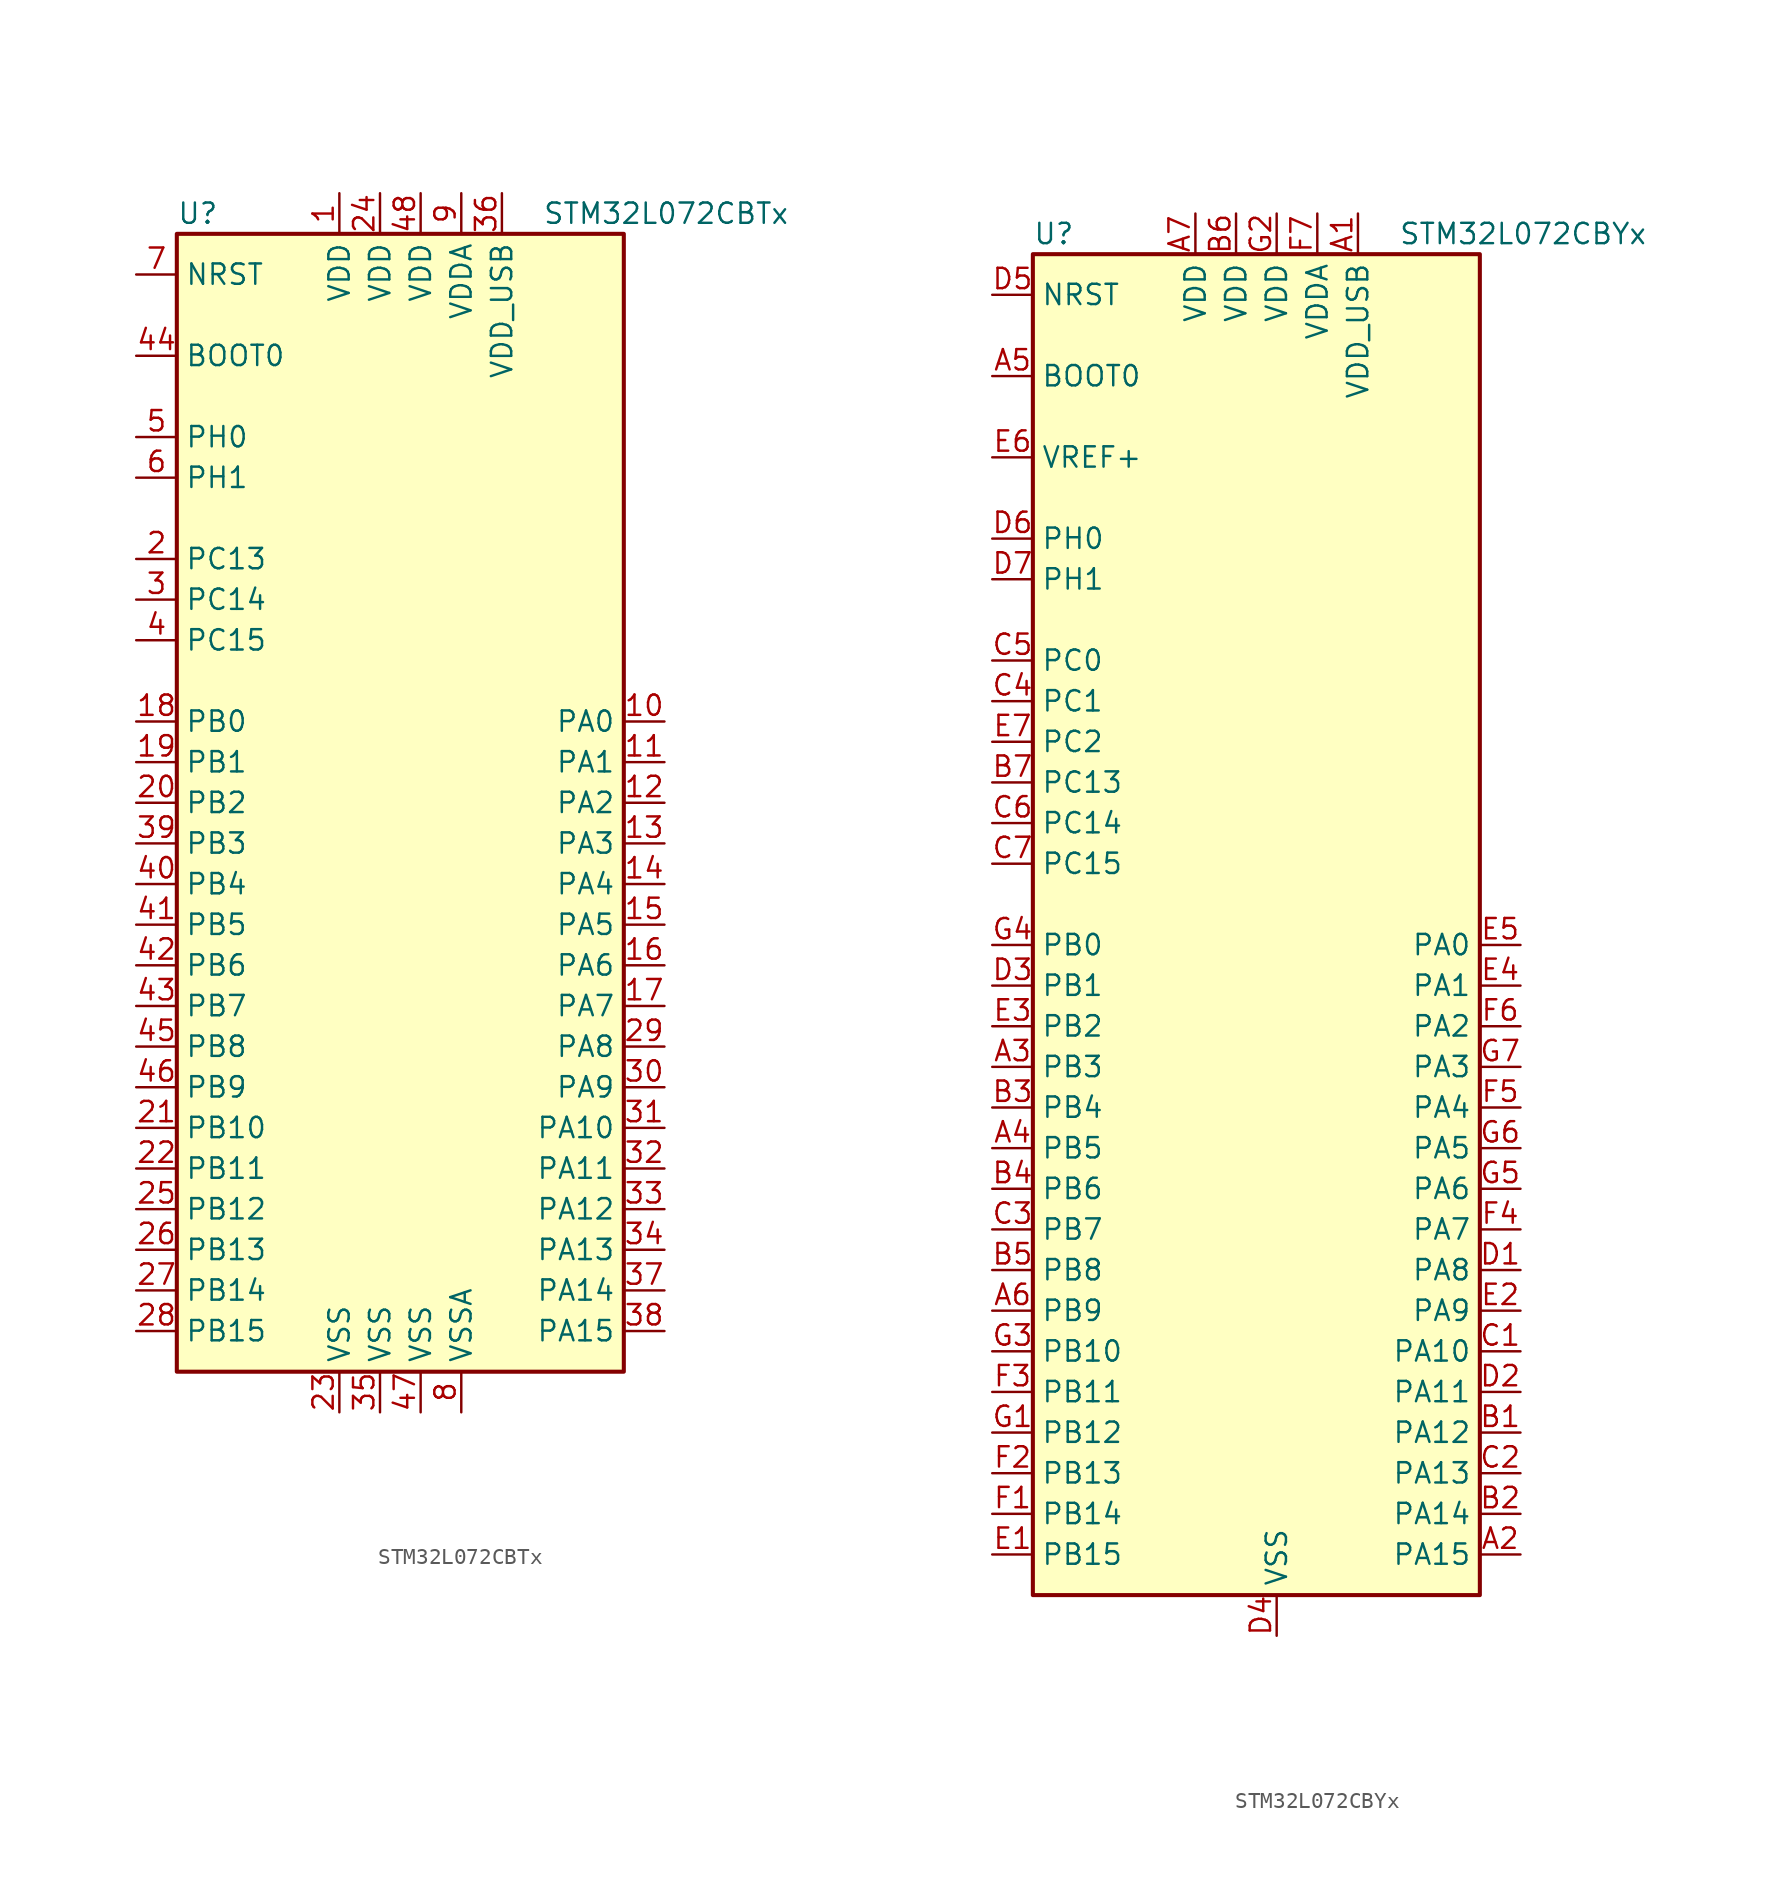
<source format=kicad_sym>
(kicad_symbol_lib
  (version 20201005)
  (generator kicad_symbol_editor)
  (symbol "STM32L072CBTx"
    (property "Reference" "U"
      (at -15.24 36.83 0)
      (effects (font (size 1.27 1.27)) (justify left)))
    (property "Value" "STM32L072CBTx"
      (at 7.62 36.83 0)
      (effects (font (size 1.27 1.27)) (justify left)))
    (symbol "STM32L072CBTx_0_1"
      (rectangle (start -15.24 -35.56) (end 12.7 35.56) (stroke (width 0.254)) (fill (type background))))
    (symbol "STM32L072CBTx_1_1"
      (pin input line (at -17.78 27.94 0) (length 2.54) (name "BOOT0" (effects (font (size 1.27 1.27)))) (number "44" (effects (font (size 1.27 1.27)))))
      (pin input line (at -17.78 33.02 0) (length 2.54) (name "NRST" (effects (font (size 1.27 1.27)))) (number "7" (effects (font (size 1.27 1.27)))))
      (pin bidirectional line (at 15.24 5.08 180) (length 2.54) (name "PA0" (effects (font (size 1.27 1.27)))) (number "10" (effects (font (size 1.27 1.27)))))
      (pin bidirectional line (at 15.24 2.54 180) (length 2.54) (name "PA1" (effects (font (size 1.27 1.27)))) (number "11" (effects (font (size 1.27 1.27)))))
      (pin bidirectional line (at 15.24 -20.32 180) (length 2.54) (name "PA10" (effects (font (size 1.27 1.27)))) (number "31" (effects (font (size 1.27 1.27)))))
      (pin bidirectional line (at 15.24 -22.86 180) (length 2.54) (name "PA11" (effects (font (size 1.27 1.27)))) (number "32" (effects (font (size 1.27 1.27)))))
      (pin bidirectional line (at 15.24 -25.4 180) (length 2.54) (name "PA12" (effects (font (size 1.27 1.27)))) (number "33" (effects (font (size 1.27 1.27)))))
      (pin bidirectional line (at 15.24 -27.94 180) (length 2.54) (name "PA13" (effects (font (size 1.27 1.27)))) (number "34" (effects (font (size 1.27 1.27)))))
      (pin bidirectional line (at 15.24 -30.48 180) (length 2.54) (name "PA14" (effects (font (size 1.27 1.27)))) (number "37" (effects (font (size 1.27 1.27)))))
      (pin bidirectional line (at 15.24 -33.02 180) (length 2.54) (name "PA15" (effects (font (size 1.27 1.27)))) (number "38" (effects (font (size 1.27 1.27)))))
      (pin bidirectional line (at 15.24 0 180) (length 2.54) (name "PA2" (effects (font (size 1.27 1.27)))) (number "12" (effects (font (size 1.27 1.27)))))
      (pin bidirectional line (at 15.24 -2.54 180) (length 2.54) (name "PA3" (effects (font (size 1.27 1.27)))) (number "13" (effects (font (size 1.27 1.27)))))
      (pin bidirectional line (at 15.24 -5.08 180) (length 2.54) (name "PA4" (effects (font (size 1.27 1.27)))) (number "14" (effects (font (size 1.27 1.27)))))
      (pin bidirectional line (at 15.24 -7.62 180) (length 2.54) (name "PA5" (effects (font (size 1.27 1.27)))) (number "15" (effects (font (size 1.27 1.27)))))
      (pin bidirectional line (at 15.24 -10.16 180) (length 2.54) (name "PA6" (effects (font (size 1.27 1.27)))) (number "16" (effects (font (size 1.27 1.27)))))
      (pin bidirectional line (at 15.24 -12.7 180) (length 2.54) (name "PA7" (effects (font (size 1.27 1.27)))) (number "17" (effects (font (size 1.27 1.27)))))
      (pin bidirectional line (at 15.24 -15.24 180) (length 2.54) (name "PA8" (effects (font (size 1.27 1.27)))) (number "29" (effects (font (size 1.27 1.27)))))
      (pin bidirectional line (at 15.24 -17.78 180) (length 2.54) (name "PA9" (effects (font (size 1.27 1.27)))) (number "30" (effects (font (size 1.27 1.27)))))
      (pin bidirectional line (at -17.78 5.08 0) (length 2.54) (name "PB0" (effects (font (size 1.27 1.27)))) (number "18" (effects (font (size 1.27 1.27)))))
      (pin bidirectional line (at -17.78 2.54 0) (length 2.54) (name "PB1" (effects (font (size 1.27 1.27)))) (number "19" (effects (font (size 1.27 1.27)))))
      (pin bidirectional line (at -17.78 -20.32 0) (length 2.54) (name "PB10" (effects (font (size 1.27 1.27)))) (number "21" (effects (font (size 1.27 1.27)))))
      (pin bidirectional line (at -17.78 -22.86 0) (length 2.54) (name "PB11" (effects (font (size 1.27 1.27)))) (number "22" (effects (font (size 1.27 1.27)))))
      (pin bidirectional line (at -17.78 -25.4 0) (length 2.54) (name "PB12" (effects (font (size 1.27 1.27)))) (number "25" (effects (font (size 1.27 1.27)))))
      (pin bidirectional line (at -17.78 -27.94 0) (length 2.54) (name "PB13" (effects (font (size 1.27 1.27)))) (number "26" (effects (font (size 1.27 1.27)))))
      (pin bidirectional line (at -17.78 -30.48 0) (length 2.54) (name "PB14" (effects (font (size 1.27 1.27)))) (number "27" (effects (font (size 1.27 1.27)))))
      (pin bidirectional line (at -17.78 -33.02 0) (length 2.54) (name "PB15" (effects (font (size 1.27 1.27)))) (number "28" (effects (font (size 1.27 1.27)))))
      (pin bidirectional line (at -17.78 0 0) (length 2.54) (name "PB2" (effects (font (size 1.27 1.27)))) (number "20" (effects (font (size 1.27 1.27)))))
      (pin bidirectional line (at -17.78 -2.54 0) (length 2.54) (name "PB3" (effects (font (size 1.27 1.27)))) (number "39" (effects (font (size 1.27 1.27)))))
      (pin bidirectional line (at -17.78 -5.08 0) (length 2.54) (name "PB4" (effects (font (size 1.27 1.27)))) (number "40" (effects (font (size 1.27 1.27)))))
      (pin bidirectional line (at -17.78 -7.62 0) (length 2.54) (name "PB5" (effects (font (size 1.27 1.27)))) (number "41" (effects (font (size 1.27 1.27)))))
      (pin bidirectional line (at -17.78 -10.16 0) (length 2.54) (name "PB6" (effects (font (size 1.27 1.27)))) (number "42" (effects (font (size 1.27 1.27)))))
      (pin bidirectional line (at -17.78 -12.7 0) (length 2.54) (name "PB7" (effects (font (size 1.27 1.27)))) (number "43" (effects (font (size 1.27 1.27)))))
      (pin bidirectional line (at -17.78 -15.24 0) (length 2.54) (name "PB8" (effects (font (size 1.27 1.27)))) (number "45" (effects (font (size 1.27 1.27)))))
      (pin bidirectional line (at -17.78 -17.78 0) (length 2.54) (name "PB9" (effects (font (size 1.27 1.27)))) (number "46" (effects (font (size 1.27 1.27)))))
      (pin bidirectional line (at -17.78 15.24 0) (length 2.54) (name "PC13" (effects (font (size 1.27 1.27)))) (number "2" (effects (font (size 1.27 1.27)))))
      (pin bidirectional line (at -17.78 12.7 0) (length 2.54) (name "PC14" (effects (font (size 1.27 1.27)))) (number "3" (effects (font (size 1.27 1.27)))))
      (pin bidirectional line (at -17.78 10.16 0) (length 2.54) (name "PC15" (effects (font (size 1.27 1.27)))) (number "4" (effects (font (size 1.27 1.27)))))
      (pin input line (at -17.78 22.86 0) (length 2.54) (name "PH0" (effects (font (size 1.27 1.27)))) (number "5" (effects (font (size 1.27 1.27)))))
      (pin input line (at -17.78 20.32 0) (length 2.54) (name "PH1" (effects (font (size 1.27 1.27)))) (number "6" (effects (font (size 1.27 1.27)))))
      (pin power_in line (at -5.08 38.1 270) (length 2.54) (name "VDD" (effects (font (size 1.27 1.27)))) (number "1" (effects (font (size 1.27 1.27)))))
      (pin power_in line (at -2.54 38.1 270) (length 2.54) (name "VDD" (effects (font (size 1.27 1.27)))) (number "24" (effects (font (size 1.27 1.27)))))
      (pin power_in line (at 0 38.1 270) (length 2.54) (name "VDD" (effects (font (size 1.27 1.27)))) (number "48" (effects (font (size 1.27 1.27)))))
      (pin power_in line (at 2.54 38.1 270) (length 2.54) (name "VDDA" (effects (font (size 1.27 1.27)))) (number "9" (effects (font (size 1.27 1.27)))))
      (pin power_in line (at 5.08 38.1 270) (length 2.54) (name "VDD_USB" (effects (font (size 1.27 1.27)))) (number "36" (effects (font (size 1.27 1.27)))))
      (pin power_in line (at -5.08 -38.1 90) (length 2.54) (name "VSS" (effects (font (size 1.27 1.27)))) (number "23" (effects (font (size 1.27 1.27)))))
      (pin power_in line (at -2.54 -38.1 90) (length 2.54) (name "VSS" (effects (font (size 1.27 1.27)))) (number "35" (effects (font (size 1.27 1.27)))))
      (pin power_in line (at 0 -38.1 90) (length 2.54) (name "VSS" (effects (font (size 1.27 1.27)))) (number "47" (effects (font (size 1.27 1.27)))))
      (pin power_in line (at 2.54 -38.1 90) (length 2.54) (name "VSSA" (effects (font (size 1.27 1.27)))) (number "8" (effects (font (size 1.27 1.27)))))))
  (symbol "STM32L072CBYx"
    (property "Reference" "U"
      (at -15.24 41.91 0)
      (effects (font (size 1.27 1.27)) (justify left)))
    (property "Value" "STM32L072CBYx"
      (at 7.62 41.91 0)
      (effects (font (size 1.27 1.27)) (justify left)))
    (symbol "STM32L072CBYx_0_1"
      (rectangle (start -15.24 -43.18) (end 12.7 40.64) (stroke (width 0.254)) (fill (type background))))
    (symbol "STM32L072CBYx_1_1"
      (pin input line (at -17.78 33.02 0) (length 2.54) (name "BOOT0" (effects (font (size 1.27 1.27)))) (number "A5" (effects (font (size 1.27 1.27)))))
      (pin input line (at -17.78 38.1 0) (length 2.54) (name "NRST" (effects (font (size 1.27 1.27)))) (number "D5" (effects (font (size 1.27 1.27)))))
      (pin bidirectional line (at 15.24 -2.54 180) (length 2.54) (name "PA0" (effects (font (size 1.27 1.27)))) (number "E5" (effects (font (size 1.27 1.27)))))
      (pin bidirectional line (at 15.24 -5.08 180) (length 2.54) (name "PA1" (effects (font (size 1.27 1.27)))) (number "E4" (effects (font (size 1.27 1.27)))))
      (pin bidirectional line (at 15.24 -27.94 180) (length 2.54) (name "PA10" (effects (font (size 1.27 1.27)))) (number "C1" (effects (font (size 1.27 1.27)))))
      (pin bidirectional line (at 15.24 -30.48 180) (length 2.54) (name "PA11" (effects (font (size 1.27 1.27)))) (number "D2" (effects (font (size 1.27 1.27)))))
      (pin bidirectional line (at 15.24 -33.02 180) (length 2.54) (name "PA12" (effects (font (size 1.27 1.27)))) (number "B1" (effects (font (size 1.27 1.27)))))
      (pin bidirectional line (at 15.24 -35.56 180) (length 2.54) (name "PA13" (effects (font (size 1.27 1.27)))) (number "C2" (effects (font (size 1.27 1.27)))))
      (pin bidirectional line (at 15.24 -38.1 180) (length 2.54) (name "PA14" (effects (font (size 1.27 1.27)))) (number "B2" (effects (font (size 1.27 1.27)))))
      (pin bidirectional line (at 15.24 -40.64 180) (length 2.54) (name "PA15" (effects (font (size 1.27 1.27)))) (number "A2" (effects (font (size 1.27 1.27)))))
      (pin bidirectional line (at 15.24 -7.62 180) (length 2.54) (name "PA2" (effects (font (size 1.27 1.27)))) (number "F6" (effects (font (size 1.27 1.27)))))
      (pin bidirectional line (at 15.24 -10.16 180) (length 2.54) (name "PA3" (effects (font (size 1.27 1.27)))) (number "G7" (effects (font (size 1.27 1.27)))))
      (pin bidirectional line (at 15.24 -12.7 180) (length 2.54) (name "PA4" (effects (font (size 1.27 1.27)))) (number "F5" (effects (font (size 1.27 1.27)))))
      (pin bidirectional line (at 15.24 -15.24 180) (length 2.54) (name "PA5" (effects (font (size 1.27 1.27)))) (number "G6" (effects (font (size 1.27 1.27)))))
      (pin bidirectional line (at 15.24 -17.78 180) (length 2.54) (name "PA6" (effects (font (size 1.27 1.27)))) (number "G5" (effects (font (size 1.27 1.27)))))
      (pin bidirectional line (at 15.24 -20.32 180) (length 2.54) (name "PA7" (effects (font (size 1.27 1.27)))) (number "F4" (effects (font (size 1.27 1.27)))))
      (pin bidirectional line (at 15.24 -22.86 180) (length 2.54) (name "PA8" (effects (font (size 1.27 1.27)))) (number "D1" (effects (font (size 1.27 1.27)))))
      (pin bidirectional line (at 15.24 -25.4 180) (length 2.54) (name "PA9" (effects (font (size 1.27 1.27)))) (number "E2" (effects (font (size 1.27 1.27)))))
      (pin bidirectional line (at -17.78 -2.54 0) (length 2.54) (name "PB0" (effects (font (size 1.27 1.27)))) (number "G4" (effects (font (size 1.27 1.27)))))
      (pin bidirectional line (at -17.78 -5.08 0) (length 2.54) (name "PB1" (effects (font (size 1.27 1.27)))) (number "D3" (effects (font (size 1.27 1.27)))))
      (pin bidirectional line (at -17.78 -27.94 0) (length 2.54) (name "PB10" (effects (font (size 1.27 1.27)))) (number "G3" (effects (font (size 1.27 1.27)))))
      (pin bidirectional line (at -17.78 -30.48 0) (length 2.54) (name "PB11" (effects (font (size 1.27 1.27)))) (number "F3" (effects (font (size 1.27 1.27)))))
      (pin bidirectional line (at -17.78 -33.02 0) (length 2.54) (name "PB12" (effects (font (size 1.27 1.27)))) (number "G1" (effects (font (size 1.27 1.27)))))
      (pin bidirectional line (at -17.78 -35.56 0) (length 2.54) (name "PB13" (effects (font (size 1.27 1.27)))) (number "F2" (effects (font (size 1.27 1.27)))))
      (pin bidirectional line (at -17.78 -38.1 0) (length 2.54) (name "PB14" (effects (font (size 1.27 1.27)))) (number "F1" (effects (font (size 1.27 1.27)))))
      (pin bidirectional line (at -17.78 -40.64 0) (length 2.54) (name "PB15" (effects (font (size 1.27 1.27)))) (number "E1" (effects (font (size 1.27 1.27)))))
      (pin bidirectional line (at -17.78 -7.62 0) (length 2.54) (name "PB2" (effects (font (size 1.27 1.27)))) (number "E3" (effects (font (size 1.27 1.27)))))
      (pin bidirectional line (at -17.78 -10.16 0) (length 2.54) (name "PB3" (effects (font (size 1.27 1.27)))) (number "A3" (effects (font (size 1.27 1.27)))))
      (pin bidirectional line (at -17.78 -12.7 0) (length 2.54) (name "PB4" (effects (font (size 1.27 1.27)))) (number "B3" (effects (font (size 1.27 1.27)))))
      (pin bidirectional line (at -17.78 -15.24 0) (length 2.54) (name "PB5" (effects (font (size 1.27 1.27)))) (number "A4" (effects (font (size 1.27 1.27)))))
      (pin bidirectional line (at -17.78 -17.78 0) (length 2.54) (name "PB6" (effects (font (size 1.27 1.27)))) (number "B4" (effects (font (size 1.27 1.27)))))
      (pin bidirectional line (at -17.78 -20.32 0) (length 2.54) (name "PB7" (effects (font (size 1.27 1.27)))) (number "C3" (effects (font (size 1.27 1.27)))))
      (pin bidirectional line (at -17.78 -22.86 0) (length 2.54) (name "PB8" (effects (font (size 1.27 1.27)))) (number "B5" (effects (font (size 1.27 1.27)))))
      (pin bidirectional line (at -17.78 -25.4 0) (length 2.54) (name "PB9" (effects (font (size 1.27 1.27)))) (number "A6" (effects (font (size 1.27 1.27)))))
      (pin bidirectional line (at -17.78 15.24 0) (length 2.54) (name "PC0" (effects (font (size 1.27 1.27)))) (number "C5" (effects (font (size 1.27 1.27)))))
      (pin bidirectional line (at -17.78 12.7 0) (length 2.54) (name "PC1" (effects (font (size 1.27 1.27)))) (number "C4" (effects (font (size 1.27 1.27)))))
      (pin bidirectional line (at -17.78 7.62 0) (length 2.54) (name "PC13" (effects (font (size 1.27 1.27)))) (number "B7" (effects (font (size 1.27 1.27)))))
      (pin bidirectional line (at -17.78 5.08 0) (length 2.54) (name "PC14" (effects (font (size 1.27 1.27)))) (number "C6" (effects (font (size 1.27 1.27)))))
      (pin bidirectional line (at -17.78 2.54 0) (length 2.54) (name "PC15" (effects (font (size 1.27 1.27)))) (number "C7" (effects (font (size 1.27 1.27)))))
      (pin bidirectional line (at -17.78 10.16 0) (length 2.54) (name "PC2" (effects (font (size 1.27 1.27)))) (number "E7" (effects (font (size 1.27 1.27)))))
      (pin input line (at -17.78 22.86 0) (length 2.54) (name "PH0" (effects (font (size 1.27 1.27)))) (number "D6" (effects (font (size 1.27 1.27)))))
      (pin input line (at -17.78 20.32 0) (length 2.54) (name "PH1" (effects (font (size 1.27 1.27)))) (number "D7" (effects (font (size 1.27 1.27)))))
      (pin power_in line (at -5.08 43.18 270) (length 2.54) (name "VDD" (effects (font (size 1.27 1.27)))) (number "A7" (effects (font (size 1.27 1.27)))))
      (pin power_in line (at -2.54 43.18 270) (length 2.54) (name "VDD" (effects (font (size 1.27 1.27)))) (number "B6" (effects (font (size 1.27 1.27)))))
      (pin power_in line (at 0 43.18 270) (length 2.54) (name "VDD" (effects (font (size 1.27 1.27)))) (number "G2" (effects (font (size 1.27 1.27)))))
      (pin power_in line (at 2.54 43.18 270) (length 2.54) (name "VDDA" (effects (font (size 1.27 1.27)))) (number "F7" (effects (font (size 1.27 1.27)))))
      (pin power_in line (at 5.08 43.18 270) (length 2.54) (name "VDD_USB" (effects (font (size 1.27 1.27)))) (number "A1" (effects (font (size 1.27 1.27)))))
      (pin power_in line (at -17.78 27.94 0) (length 2.54) (name "VREF+" (effects (font (size 1.27 1.27)))) (number "E6" (effects (font (size 1.27 1.27)))))
      (pin power_in line (at 0 -45.72 90) (length 2.54) (name "VSS" (effects (font (size 1.27 1.27)))) (number "D4" (effects (font (size 1.27 1.27))))))))
</source>
